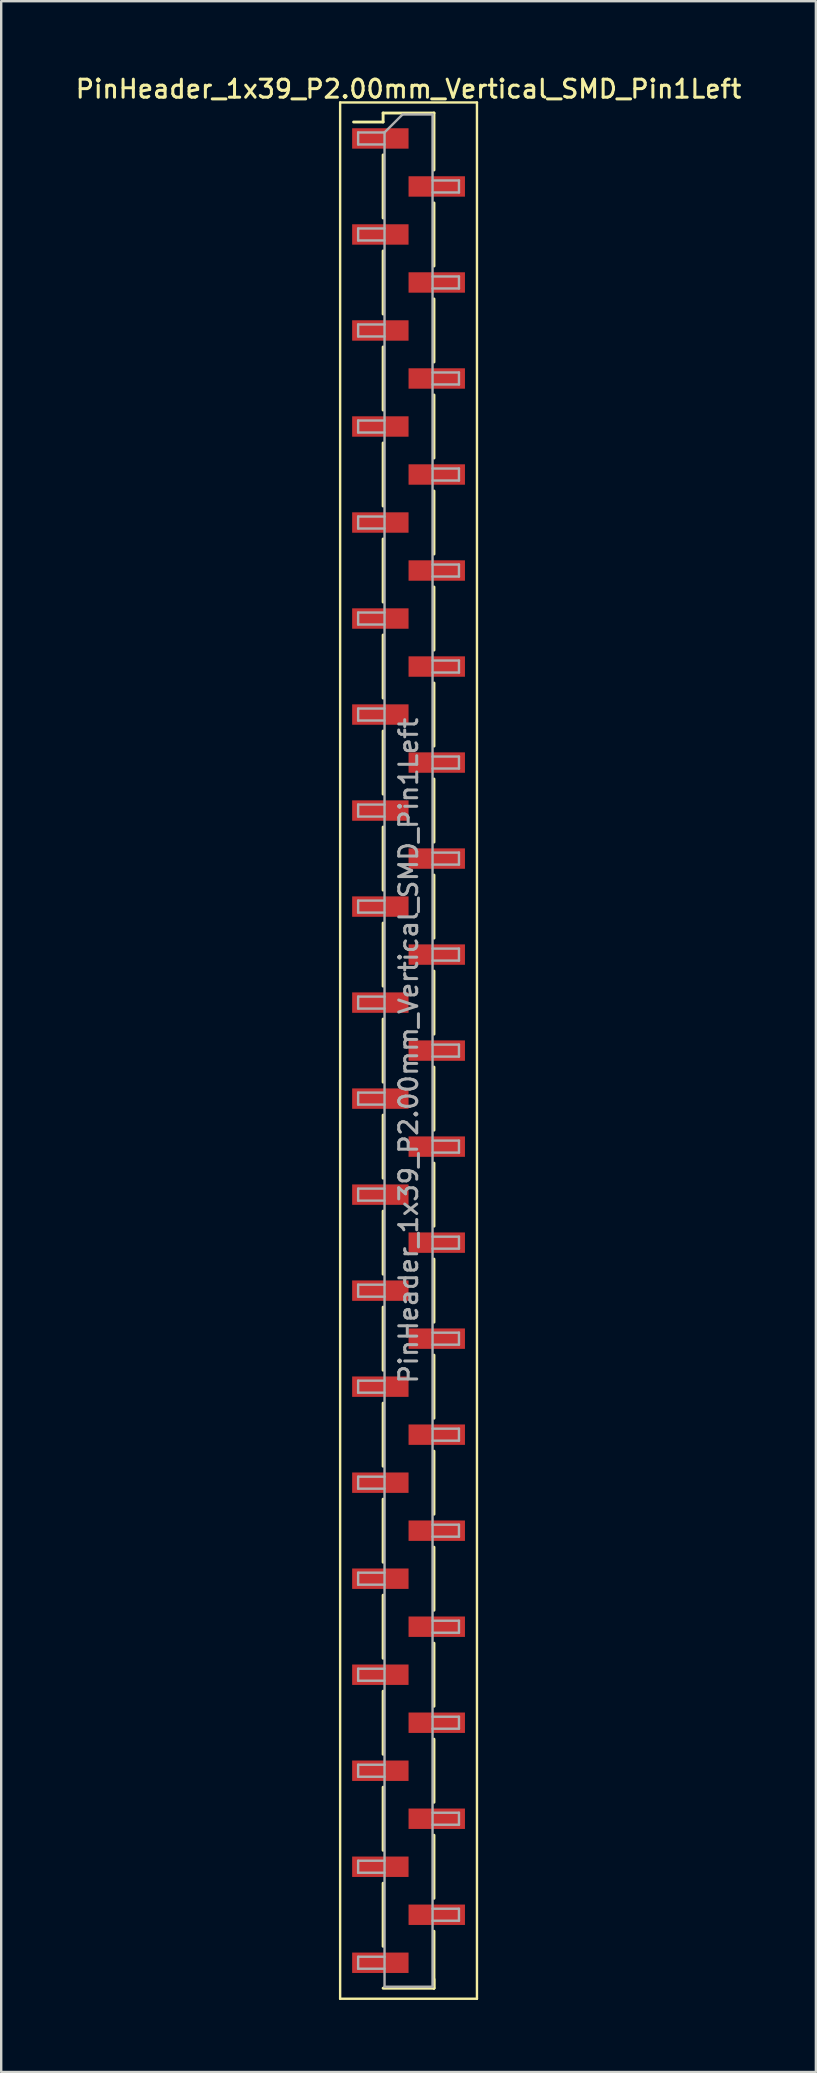
<source format=kicad_pcb>
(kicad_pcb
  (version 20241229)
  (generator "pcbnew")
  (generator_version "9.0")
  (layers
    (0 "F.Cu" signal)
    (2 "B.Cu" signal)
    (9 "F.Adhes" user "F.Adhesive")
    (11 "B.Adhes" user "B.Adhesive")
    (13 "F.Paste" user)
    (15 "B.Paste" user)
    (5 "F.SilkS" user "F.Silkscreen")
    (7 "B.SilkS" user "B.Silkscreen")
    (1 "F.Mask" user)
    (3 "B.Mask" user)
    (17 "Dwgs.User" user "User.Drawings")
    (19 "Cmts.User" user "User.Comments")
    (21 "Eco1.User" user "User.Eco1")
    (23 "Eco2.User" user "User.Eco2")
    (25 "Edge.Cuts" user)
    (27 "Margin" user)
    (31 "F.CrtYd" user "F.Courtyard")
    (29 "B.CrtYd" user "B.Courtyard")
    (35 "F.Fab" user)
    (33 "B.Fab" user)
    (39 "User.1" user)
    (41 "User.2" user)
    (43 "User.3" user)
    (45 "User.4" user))
  (footprint "PinHeader_1x39_P2.00mm_Vertical_SMD_Pin1Left"
    (layer "F.Cu")
    (at 13.97 40.718)
    (property "Reference" "PinHeader_1x39_P2.00mm_Vertical_SMD_Pin1Left" (at 0 -40.06 0) (layer "F.SilkS") (effects (font (size 0.75 0.75) (thickness 0.125))))
    (attr smd)
    (fp_line (start -2.85 -39.5) (end -2.85 39.5) (stroke (width 0.1) (type solid)) (layer "F.SilkS"))
    (fp_line (start -2.85 39.5) (end 2.85 39.5) (stroke (width 0.1) (type solid)) (layer "F.SilkS"))
    (fp_line (start -1.06 -39.06) (end -1.06 -38.685) (stroke (width 0.12) (type solid)) (layer "F.SilkS"))
    (fp_line (start -1.06 -39.06) (end 1.06 -39.06) (stroke (width 0.12) (type solid)) (layer "F.SilkS"))
    (fp_line (start -1.06 -38.685) (end -2.29 -38.685) (stroke (width 0.12) (type solid)) (layer "F.SilkS"))
    (fp_line (start -1.06 -37.315) (end -1.06 -34.685) (stroke (width 0.12) (type solid)) (layer "F.SilkS"))
    (fp_line (start -1.06 -33.315) (end -1.06 -30.685) (stroke (width 0.12) (type solid)) (layer "F.SilkS"))
    (fp_line (start -1.06 -29.315) (end -1.06 -26.685) (stroke (width 0.12) (type solid)) (layer "F.SilkS"))
    (fp_line (start -1.06 -25.315) (end -1.06 -22.685) (stroke (width 0.12) (type solid)) (layer "F.SilkS"))
    (fp_line (start -1.06 -21.315) (end -1.06 -18.685) (stroke (width 0.12) (type solid)) (layer "F.SilkS"))
    (fp_line (start -1.06 -17.315) (end -1.06 -14.685) (stroke (width 0.12) (type solid)) (layer "F.SilkS"))
    (fp_line (start -1.06 -13.315) (end -1.06 -10.685) (stroke (width 0.12) (type solid)) (layer "F.SilkS"))
    (fp_line (start -1.06 -9.315) (end -1.06 -6.685) (stroke (width 0.12) (type solid)) (layer "F.SilkS"))
    (fp_line (start -1.06 -5.315) (end -1.06 -2.685) (stroke (width 0.12) (type solid)) (layer "F.SilkS"))
    (fp_line (start -1.06 -1.315) (end -1.06 1.315) (stroke (width 0.12) (type solid)) (layer "F.SilkS"))
    (fp_line (start -1.06 2.685) (end -1.06 5.315) (stroke (width 0.12) (type solid)) (layer "F.SilkS"))
    (fp_line (start -1.06 6.685) (end -1.06 9.315) (stroke (width 0.12) (type solid)) (layer "F.SilkS"))
    (fp_line (start -1.06 10.685) (end -1.06 13.315) (stroke (width 0.12) (type solid)) (layer "F.SilkS"))
    (fp_line (start -1.06 14.685) (end -1.06 17.315) (stroke (width 0.12) (type solid)) (layer "F.SilkS"))
    (fp_line (start -1.06 18.685) (end -1.06 21.315) (stroke (width 0.12) (type solid)) (layer "F.SilkS"))
    (fp_line (start -1.06 22.685) (end -1.06 25.315) (stroke (width 0.12) (type solid)) (layer "F.SilkS"))
    (fp_line (start -1.06 26.685) (end -1.06 29.315) (stroke (width 0.12) (type solid)) (layer "F.SilkS"))
    (fp_line (start -1.06 30.685) (end -1.06 33.315) (stroke (width 0.12) (type solid)) (layer "F.SilkS"))
    (fp_line (start -1.06 34.685) (end -1.06 37.315) (stroke (width 0.12) (type solid)) (layer "F.SilkS"))
    (fp_line (start -1.06 39.06) (end 1.06 39.06) (stroke (width 0.12) (type solid)) (layer "F.SilkS"))
    (fp_line (start 1.06 -39.06) (end 1.06 -36.685) (stroke (width 0.12) (type solid)) (layer "F.SilkS"))
    (fp_line (start 1.06 -35.315) (end 1.06 -32.685) (stroke (width 0.12) (type solid)) (layer "F.SilkS"))
    (fp_line (start 1.06 -31.315) (end 1.06 -28.685) (stroke (width 0.12) (type solid)) (layer "F.SilkS"))
    (fp_line (start 1.06 -27.315) (end 1.06 -24.685) (stroke (width 0.12) (type solid)) (layer "F.SilkS"))
    (fp_line (start 1.06 -23.315) (end 1.06 -20.685) (stroke (width 0.12) (type solid)) (layer "F.SilkS"))
    (fp_line (start 1.06 -19.315) (end 1.06 -16.685) (stroke (width 0.12) (type solid)) (layer "F.SilkS"))
    (fp_line (start 1.06 -15.315) (end 1.06 -12.685) (stroke (width 0.12) (type solid)) (layer "F.SilkS"))
    (fp_line (start 1.06 -11.315) (end 1.06 -8.685) (stroke (width 0.12) (type solid)) (layer "F.SilkS"))
    (fp_line (start 1.06 -7.315) (end 1.06 -4.685) (stroke (width 0.12) (type solid)) (layer "F.SilkS"))
    (fp_line (start 1.06 -3.315) (end 1.06 -0.685) (stroke (width 0.12) (type solid)) (layer "F.SilkS"))
    (fp_line (start 1.06 0.685) (end 1.06 3.315) (stroke (width 0.12) (type solid)) (layer "F.SilkS"))
    (fp_line (start 1.06 4.685) (end 1.06 7.315) (stroke (width 0.12) (type solid)) (layer "F.SilkS"))
    (fp_line (start 1.06 8.685) (end 1.06 11.315) (stroke (width 0.12) (type solid)) (layer "F.SilkS"))
    (fp_line (start 1.06 12.685) (end 1.06 15.315) (stroke (width 0.12) (type solid)) (layer "F.SilkS"))
    (fp_line (start 1.06 16.685) (end 1.06 19.315) (stroke (width 0.12) (type solid)) (layer "F.SilkS"))
    (fp_line (start 1.06 20.685) (end 1.06 23.315) (stroke (width 0.12) (type solid)) (layer "F.SilkS"))
    (fp_line (start 1.06 24.685) (end 1.06 27.315) (stroke (width 0.12) (type solid)) (layer "F.SilkS"))
    (fp_line (start 1.06 28.685) (end 1.06 31.315) (stroke (width 0.12) (type solid)) (layer "F.SilkS"))
    (fp_line (start 1.06 32.685) (end 1.06 35.315) (stroke (width 0.12) (type solid)) (layer "F.SilkS"))
    (fp_line (start 1.06 36.685) (end 1.06 39.06) (stroke (width 0.12) (type solid)) (layer "F.SilkS"))
    (fp_line (start 1.06 38.685) (end 1.06 39.06) (stroke (width 0.12) (type solid)) (layer "F.SilkS"))
    (fp_line (start 2.85 -39.5) (end -2.85 -39.5) (stroke (width 0.1) (type solid)) (layer "F.SilkS"))
    (fp_line (start 2.85 39.5) (end 2.85 -39.5) (stroke (width 0.1) (type solid)) (layer "F.SilkS"))
    (fp_line (start -2.1 -38.25) (end -2.1 -37.75) (stroke (width 0.1) (type solid)) (layer "F.Fab"))
    (fp_line (start -2.1 -37.75) (end -1 -37.75) (stroke (width 0.1) (type solid)) (layer "F.Fab"))
    (fp_line (start -2.1 -34.25) (end -2.1 -33.75) (stroke (width 0.1) (type solid)) (layer "F.Fab"))
    (fp_line (start -2.1 -33.75) (end -1 -33.75) (stroke (width 0.1) (type solid)) (layer "F.Fab"))
    (fp_line (start -2.1 -30.25) (end -2.1 -29.75) (stroke (width 0.1) (type solid)) (layer "F.Fab"))
    (fp_line (start -2.1 -29.75) (end -1 -29.75) (stroke (width 0.1) (type solid)) (layer "F.Fab"))
    (fp_line (start -2.1 -26.25) (end -2.1 -25.75) (stroke (width 0.1) (type solid)) (layer "F.Fab"))
    (fp_line (start -2.1 -25.75) (end -1 -25.75) (stroke (width 0.1) (type solid)) (layer "F.Fab"))
    (fp_line (start -2.1 -22.25) (end -2.1 -21.75) (stroke (width 0.1) (type solid)) (layer "F.Fab"))
    (fp_line (start -2.1 -21.75) (end -1 -21.75) (stroke (width 0.1) (type solid)) (layer "F.Fab"))
    (fp_line (start -2.1 -18.25) (end -2.1 -17.75) (stroke (width 0.1) (type solid)) (layer "F.Fab"))
    (fp_line (start -2.1 -17.75) (end -1 -17.75) (stroke (width 0.1) (type solid)) (layer "F.Fab"))
    (fp_line (start -2.1 -14.25) (end -2.1 -13.75) (stroke (width 0.1) (type solid)) (layer "F.Fab"))
    (fp_line (start -2.1 -13.75) (end -1 -13.75) (stroke (width 0.1) (type solid)) (layer "F.Fab"))
    (fp_line (start -2.1 -10.25) (end -2.1 -9.75) (stroke (width 0.1) (type solid)) (layer "F.Fab"))
    (fp_line (start -2.1 -9.75) (end -1 -9.75) (stroke (width 0.1) (type solid)) (layer "F.Fab"))
    (fp_line (start -2.1 -6.25) (end -2.1 -5.75) (stroke (width 0.1) (type solid)) (layer "F.Fab"))
    (fp_line (start -2.1 -5.75) (end -1 -5.75) (stroke (width 0.1) (type solid)) (layer "F.Fab"))
    (fp_line (start -2.1 -2.25) (end -2.1 -1.75) (stroke (width 0.1) (type solid)) (layer "F.Fab"))
    (fp_line (start -2.1 -1.75) (end -1 -1.75) (stroke (width 0.1) (type solid)) (layer "F.Fab"))
    (fp_line (start -2.1 1.75) (end -2.1 2.25) (stroke (width 0.1) (type solid)) (layer "F.Fab"))
    (fp_line (start -2.1 2.25) (end -1 2.25) (stroke (width 0.1) (type solid)) (layer "F.Fab"))
    (fp_line (start -2.1 5.75) (end -2.1 6.25) (stroke (width 0.1) (type solid)) (layer "F.Fab"))
    (fp_line (start -2.1 6.25) (end -1 6.25) (stroke (width 0.1) (type solid)) (layer "F.Fab"))
    (fp_line (start -2.1 9.75) (end -2.1 10.25) (stroke (width 0.1) (type solid)) (layer "F.Fab"))
    (fp_line (start -2.1 10.25) (end -1 10.25) (stroke (width 0.1) (type solid)) (layer "F.Fab"))
    (fp_line (start -2.1 13.75) (end -2.1 14.25) (stroke (width 0.1) (type solid)) (layer "F.Fab"))
    (fp_line (start -2.1 14.25) (end -1 14.25) (stroke (width 0.1) (type solid)) (layer "F.Fab"))
    (fp_line (start -2.1 17.75) (end -2.1 18.25) (stroke (width 0.1) (type solid)) (layer "F.Fab"))
    (fp_line (start -2.1 18.25) (end -1 18.25) (stroke (width 0.1) (type solid)) (layer "F.Fab"))
    (fp_line (start -2.1 21.75) (end -2.1 22.25) (stroke (width 0.1) (type solid)) (layer "F.Fab"))
    (fp_line (start -2.1 22.25) (end -1 22.25) (stroke (width 0.1) (type solid)) (layer "F.Fab"))
    (fp_line (start -2.1 25.75) (end -2.1 26.25) (stroke (width 0.1) (type solid)) (layer "F.Fab"))
    (fp_line (start -2.1 26.25) (end -1 26.25) (stroke (width 0.1) (type solid)) (layer "F.Fab"))
    (fp_line (start -2.1 29.75) (end -2.1 30.25) (stroke (width 0.1) (type solid)) (layer "F.Fab"))
    (fp_line (start -2.1 30.25) (end -1 30.25) (stroke (width 0.1) (type solid)) (layer "F.Fab"))
    (fp_line (start -2.1 33.75) (end -2.1 34.25) (stroke (width 0.1) (type solid)) (layer "F.Fab"))
    (fp_line (start -2.1 34.25) (end -1 34.25) (stroke (width 0.1) (type solid)) (layer "F.Fab"))
    (fp_line (start -2.1 37.75) (end -2.1 38.25) (stroke (width 0.1) (type solid)) (layer "F.Fab"))
    (fp_line (start -2.1 38.25) (end -1 38.25) (stroke (width 0.1) (type solid)) (layer "F.Fab"))
    (fp_line (start -1 -38.25) (end -2.1 -38.25) (stroke (width 0.1) (type solid)) (layer "F.Fab"))
    (fp_line (start -1 -38.25) (end -0.25 -39) (stroke (width 0.1) (type solid)) (layer "F.Fab"))
    (fp_line (start -1 -34.25) (end -2.1 -34.25) (stroke (width 0.1) (type solid)) (layer "F.Fab"))
    (fp_line (start -1 -30.25) (end -2.1 -30.25) (stroke (width 0.1) (type solid)) (layer "F.Fab"))
    (fp_line (start -1 -26.25) (end -2.1 -26.25) (stroke (width 0.1) (type solid)) (layer "F.Fab"))
    (fp_line (start -1 -22.25) (end -2.1 -22.25) (stroke (width 0.1) (type solid)) (layer "F.Fab"))
    (fp_line (start -1 -18.25) (end -2.1 -18.25) (stroke (width 0.1) (type solid)) (layer "F.Fab"))
    (fp_line (start -1 -14.25) (end -2.1 -14.25) (stroke (width 0.1) (type solid)) (layer "F.Fab"))
    (fp_line (start -1 -10.25) (end -2.1 -10.25) (stroke (width 0.1) (type solid)) (layer "F.Fab"))
    (fp_line (start -1 -6.25) (end -2.1 -6.25) (stroke (width 0.1) (type solid)) (layer "F.Fab"))
    (fp_line (start -1 -2.25) (end -2.1 -2.25) (stroke (width 0.1) (type solid)) (layer "F.Fab"))
    (fp_line (start -1 1.75) (end -2.1 1.75) (stroke (width 0.1) (type solid)) (layer "F.Fab"))
    (fp_line (start -1 5.75) (end -2.1 5.75) (stroke (width 0.1) (type solid)) (layer "F.Fab"))
    (fp_line (start -1 9.75) (end -2.1 9.75) (stroke (width 0.1) (type solid)) (layer "F.Fab"))
    (fp_line (start -1 13.75) (end -2.1 13.75) (stroke (width 0.1) (type solid)) (layer "F.Fab"))
    (fp_line (start -1 17.75) (end -2.1 17.75) (stroke (width 0.1) (type solid)) (layer "F.Fab"))
    (fp_line (start -1 21.75) (end -2.1 21.75) (stroke (width 0.1) (type solid)) (layer "F.Fab"))
    (fp_line (start -1 25.75) (end -2.1 25.75) (stroke (width 0.1) (type solid)) (layer "F.Fab"))
    (fp_line (start -1 29.75) (end -2.1 29.75) (stroke (width 0.1) (type solid)) (layer "F.Fab"))
    (fp_line (start -1 33.75) (end -2.1 33.75) (stroke (width 0.1) (type solid)) (layer "F.Fab"))
    (fp_line (start -1 37.75) (end -2.1 37.75) (stroke (width 0.1) (type solid)) (layer "F.Fab"))
    (fp_line (start -1 39) (end -1 -38.25) (stroke (width 0.1) (type solid)) (layer "F.Fab"))
    (fp_line (start -0.25 -39) (end 1 -39) (stroke (width 0.1) (type solid)) (layer "F.Fab"))
    (fp_line (start 1 -39) (end 1 39) (stroke (width 0.1) (type solid)) (layer "F.Fab"))
    (fp_line (start 1 -36.25) (end 2.1 -36.25) (stroke (width 0.1) (type solid)) (layer "F.Fab"))
    (fp_line (start 1 -32.25) (end 2.1 -32.25) (stroke (width 0.1) (type solid)) (layer "F.Fab"))
    (fp_line (start 1 -28.25) (end 2.1 -28.25) (stroke (width 0.1) (type solid)) (layer "F.Fab"))
    (fp_line (start 1 -24.25) (end 2.1 -24.25) (stroke (width 0.1) (type solid)) (layer "F.Fab"))
    (fp_line (start 1 -20.25) (end 2.1 -20.25) (stroke (width 0.1) (type solid)) (layer "F.Fab"))
    (fp_line (start 1 -16.25) (end 2.1 -16.25) (stroke (width 0.1) (type solid)) (layer "F.Fab"))
    (fp_line (start 1 -12.25) (end 2.1 -12.25) (stroke (width 0.1) (type solid)) (layer "F.Fab"))
    (fp_line (start 1 -8.25) (end 2.1 -8.25) (stroke (width 0.1) (type solid)) (layer "F.Fab"))
    (fp_line (start 1 -4.25) (end 2.1 -4.25) (stroke (width 0.1) (type solid)) (layer "F.Fab"))
    (fp_line (start 1 -0.25) (end 2.1 -0.25) (stroke (width 0.1) (type solid)) (layer "F.Fab"))
    (fp_line (start 1 3.75) (end 2.1 3.75) (stroke (width 0.1) (type solid)) (layer "F.Fab"))
    (fp_line (start 1 7.75) (end 2.1 7.75) (stroke (width 0.1) (type solid)) (layer "F.Fab"))
    (fp_line (start 1 11.75) (end 2.1 11.75) (stroke (width 0.1) (type solid)) (layer "F.Fab"))
    (fp_line (start 1 15.75) (end 2.1 15.75) (stroke (width 0.1) (type solid)) (layer "F.Fab"))
    (fp_line (start 1 19.75) (end 2.1 19.75) (stroke (width 0.1) (type solid)) (layer "F.Fab"))
    (fp_line (start 1 23.75) (end 2.1 23.75) (stroke (width 0.1) (type solid)) (layer "F.Fab"))
    (fp_line (start 1 27.75) (end 2.1 27.75) (stroke (width 0.1) (type solid)) (layer "F.Fab"))
    (fp_line (start 1 31.75) (end 2.1 31.75) (stroke (width 0.1) (type solid)) (layer "F.Fab"))
    (fp_line (start 1 35.75) (end 2.1 35.75) (stroke (width 0.1) (type solid)) (layer "F.Fab"))
    (fp_line (start 1 39) (end -1 39) (stroke (width 0.1) (type solid)) (layer "F.Fab"))
    (fp_line (start 2.1 -36.25) (end 2.1 -35.75) (stroke (width 0.1) (type solid)) (layer "F.Fab"))
    (fp_line (start 2.1 -35.75) (end 1 -35.75) (stroke (width 0.1) (type solid)) (layer "F.Fab"))
    (fp_line (start 2.1 -32.25) (end 2.1 -31.75) (stroke (width 0.1) (type solid)) (layer "F.Fab"))
    (fp_line (start 2.1 -31.75) (end 1 -31.75) (stroke (width 0.1) (type solid)) (layer "F.Fab"))
    (fp_line (start 2.1 -28.25) (end 2.1 -27.75) (stroke (width 0.1) (type solid)) (layer "F.Fab"))
    (fp_line (start 2.1 -27.75) (end 1 -27.75) (stroke (width 0.1) (type solid)) (layer "F.Fab"))
    (fp_line (start 2.1 -24.25) (end 2.1 -23.75) (stroke (width 0.1) (type solid)) (layer "F.Fab"))
    (fp_line (start 2.1 -23.75) (end 1 -23.75) (stroke (width 0.1) (type solid)) (layer "F.Fab"))
    (fp_line (start 2.1 -20.25) (end 2.1 -19.75) (stroke (width 0.1) (type solid)) (layer "F.Fab"))
    (fp_line (start 2.1 -19.75) (end 1 -19.75) (stroke (width 0.1) (type solid)) (layer "F.Fab"))
    (fp_line (start 2.1 -16.25) (end 2.1 -15.75) (stroke (width 0.1) (type solid)) (layer "F.Fab"))
    (fp_line (start 2.1 -15.75) (end 1 -15.75) (stroke (width 0.1) (type solid)) (layer "F.Fab"))
    (fp_line (start 2.1 -12.25) (end 2.1 -11.75) (stroke (width 0.1) (type solid)) (layer "F.Fab"))
    (fp_line (start 2.1 -11.75) (end 1 -11.75) (stroke (width 0.1) (type solid)) (layer "F.Fab"))
    (fp_line (start 2.1 -8.25) (end 2.1 -7.75) (stroke (width 0.1) (type solid)) (layer "F.Fab"))
    (fp_line (start 2.1 -7.75) (end 1 -7.75) (stroke (width 0.1) (type solid)) (layer "F.Fab"))
    (fp_line (start 2.1 -4.25) (end 2.1 -3.75) (stroke (width 0.1) (type solid)) (layer "F.Fab"))
    (fp_line (start 2.1 -3.75) (end 1 -3.75) (stroke (width 0.1) (type solid)) (layer "F.Fab"))
    (fp_line (start 2.1 -0.25) (end 2.1 0.25) (stroke (width 0.1) (type solid)) (layer "F.Fab"))
    (fp_line (start 2.1 0.25) (end 1 0.25) (stroke (width 0.1) (type solid)) (layer "F.Fab"))
    (fp_line (start 2.1 3.75) (end 2.1 4.25) (stroke (width 0.1) (type solid)) (layer "F.Fab"))
    (fp_line (start 2.1 4.25) (end 1 4.25) (stroke (width 0.1) (type solid)) (layer "F.Fab"))
    (fp_line (start 2.1 7.75) (end 2.1 8.25) (stroke (width 0.1) (type solid)) (layer "F.Fab"))
    (fp_line (start 2.1 8.25) (end 1 8.25) (stroke (width 0.1) (type solid)) (layer "F.Fab"))
    (fp_line (start 2.1 11.75) (end 2.1 12.25) (stroke (width 0.1) (type solid)) (layer "F.Fab"))
    (fp_line (start 2.1 12.25) (end 1 12.25) (stroke (width 0.1) (type solid)) (layer "F.Fab"))
    (fp_line (start 2.1 15.75) (end 2.1 16.25) (stroke (width 0.1) (type solid)) (layer "F.Fab"))
    (fp_line (start 2.1 16.25) (end 1 16.25) (stroke (width 0.1) (type solid)) (layer "F.Fab"))
    (fp_line (start 2.1 19.75) (end 2.1 20.25) (stroke (width 0.1) (type solid)) (layer "F.Fab"))
    (fp_line (start 2.1 20.25) (end 1 20.25) (stroke (width 0.1) (type solid)) (layer "F.Fab"))
    (fp_line (start 2.1 23.75) (end 2.1 24.25) (stroke (width 0.1) (type solid)) (layer "F.Fab"))
    (fp_line (start 2.1 24.25) (end 1 24.25) (stroke (width 0.1) (type solid)) (layer "F.Fab"))
    (fp_line (start 2.1 27.75) (end 2.1 28.25) (stroke (width 0.1) (type solid)) (layer "F.Fab"))
    (fp_line (start 2.1 28.25) (end 1 28.25) (stroke (width 0.1) (type solid)) (layer "F.Fab"))
    (fp_line (start 2.1 31.75) (end 2.1 32.25) (stroke (width 0.1) (type solid)) (layer "F.Fab"))
    (fp_line (start 2.1 32.25) (end 1 32.25) (stroke (width 0.1) (type solid)) (layer "F.Fab"))
    (fp_line (start 2.1 35.75) (end 2.1 36.25) (stroke (width 0.1) (type solid)) (layer "F.Fab"))
    (fp_line (start 2.1 36.25) (end 1 36.25) (stroke (width 0.1) (type solid)) (layer "F.Fab"))
    (fp_text user "${REFERENCE}" (at 0 0 90) (layer "F.Fab") (effects (font (size 0.75 0.75) (thickness 0.125))))
    (pad "1" smd rect (at -1.175 -38) (size 2.35 0.85) (layers "F.Cu" "F.Mask" "F.Paste"))
    (pad "2" smd rect (at 1.175 -36) (size 2.35 0.85) (layers "F.Cu" "F.Mask" "F.Paste"))
    (pad "3" smd rect (at -1.175 -34) (size 2.35 0.85) (layers "F.Cu" "F.Mask" "F.Paste"))
    (pad "4" smd rect (at 1.175 -32) (size 2.35 0.85) (layers "F.Cu" "F.Mask" "F.Paste"))
    (pad "5" smd rect (at -1.175 -30) (size 2.35 0.85) (layers "F.Cu" "F.Mask" "F.Paste"))
    (pad "6" smd rect (at 1.175 -28) (size 2.35 0.85) (layers "F.Cu" "F.Mask" "F.Paste"))
    (pad "7" smd rect (at -1.175 -26) (size 2.35 0.85) (layers "F.Cu" "F.Mask" "F.Paste"))
    (pad "8" smd rect (at 1.175 -24) (size 2.35 0.85) (layers "F.Cu" "F.Mask" "F.Paste"))
    (pad "9" smd rect (at -1.175 -22) (size 2.35 0.85) (layers "F.Cu" "F.Mask" "F.Paste"))
    (pad "10" smd rect (at 1.175 -20) (size 2.35 0.85) (layers "F.Cu" "F.Mask" "F.Paste"))
    (pad "11" smd rect (at -1.175 -18) (size 2.35 0.85) (layers "F.Cu" "F.Mask" "F.Paste"))
    (pad "12" smd rect (at 1.175 -16) (size 2.35 0.85) (layers "F.Cu" "F.Mask" "F.Paste"))
    (pad "13" smd rect (at -1.175 -14) (size 2.35 0.85) (layers "F.Cu" "F.Mask" "F.Paste"))
    (pad "14" smd rect (at 1.175 -12) (size 2.35 0.85) (layers "F.Cu" "F.Mask" "F.Paste"))
    (pad "15" smd rect (at -1.175 -10) (size 2.35 0.85) (layers "F.Cu" "F.Mask" "F.Paste"))
    (pad "16" smd rect (at 1.175 -8) (size 2.35 0.85) (layers "F.Cu" "F.Mask" "F.Paste"))
    (pad "17" smd rect (at -1.175 -6) (size 2.35 0.85) (layers "F.Cu" "F.Mask" "F.Paste"))
    (pad "18" smd rect (at 1.175 -4) (size 2.35 0.85) (layers "F.Cu" "F.Mask" "F.Paste"))
    (pad "19" smd rect (at -1.175 -2) (size 2.35 0.85) (layers "F.Cu" "F.Mask" "F.Paste"))
    (pad "20" smd rect (at 1.175 0) (size 2.35 0.85) (layers "F.Cu" "F.Mask" "F.Paste"))
    (pad "21" smd rect (at -1.175 2) (size 2.35 0.85) (layers "F.Cu" "F.Mask" "F.Paste"))
    (pad "22" smd rect (at 1.175 4) (size 2.35 0.85) (layers "F.Cu" "F.Mask" "F.Paste"))
    (pad "23" smd rect (at -1.175 6) (size 2.35 0.85) (layers "F.Cu" "F.Mask" "F.Paste"))
    (pad "24" smd rect (at 1.175 8) (size 2.35 0.85) (layers "F.Cu" "F.Mask" "F.Paste"))
    (pad "25" smd rect (at -1.175 10) (size 2.35 0.85) (layers "F.Cu" "F.Mask" "F.Paste"))
    (pad "26" smd rect (at 1.175 12) (size 2.35 0.85) (layers "F.Cu" "F.Mask" "F.Paste"))
    (pad "27" smd rect (at -1.175 14) (size 2.35 0.85) (layers "F.Cu" "F.Mask" "F.Paste"))
    (pad "28" smd rect (at 1.175 16) (size 2.35 0.85) (layers "F.Cu" "F.Mask" "F.Paste"))
    (pad "29" smd rect (at -1.175 18) (size 2.35 0.85) (layers "F.Cu" "F.Mask" "F.Paste"))
    (pad "30" smd rect (at 1.175 20) (size 2.35 0.85) (layers "F.Cu" "F.Mask" "F.Paste"))
    (pad "31" smd rect (at -1.175 22) (size 2.35 0.85) (layers "F.Cu" "F.Mask" "F.Paste"))
    (pad "32" smd rect (at 1.175 24) (size 2.35 0.85) (layers "F.Cu" "F.Mask" "F.Paste"))
    (pad "33" smd rect (at -1.175 26) (size 2.35 0.85) (layers "F.Cu" "F.Mask" "F.Paste"))
    (pad "34" smd rect (at 1.175 28) (size 2.35 0.85) (layers "F.Cu" "F.Mask" "F.Paste"))
    (pad "35" smd rect (at -1.175 30) (size 2.35 0.85) (layers "F.Cu" "F.Mask" "F.Paste"))
    (pad "36" smd rect (at 1.175 32) (size 2.35 0.85) (layers "F.Cu" "F.Mask" "F.Paste"))
    (pad "37" smd rect (at -1.175 34) (size 2.35 0.85) (layers "F.Cu" "F.Mask" "F.Paste"))
    (pad "38" smd rect (at 1.175 36) (size 2.35 0.85) (layers "F.Cu" "F.Mask" "F.Paste"))
    (pad "39" smd rect (at -1.175 38) (size 2.35 0.85) (layers "F.Cu" "F.Mask" "F.Paste")))
  (gr_rect
    (start -3 -3)
    (end 30.939 83.268)
    (stroke (width 0.1) (type default))
    (fill no)
    (layer "Edge.Cuts")))
</source>
